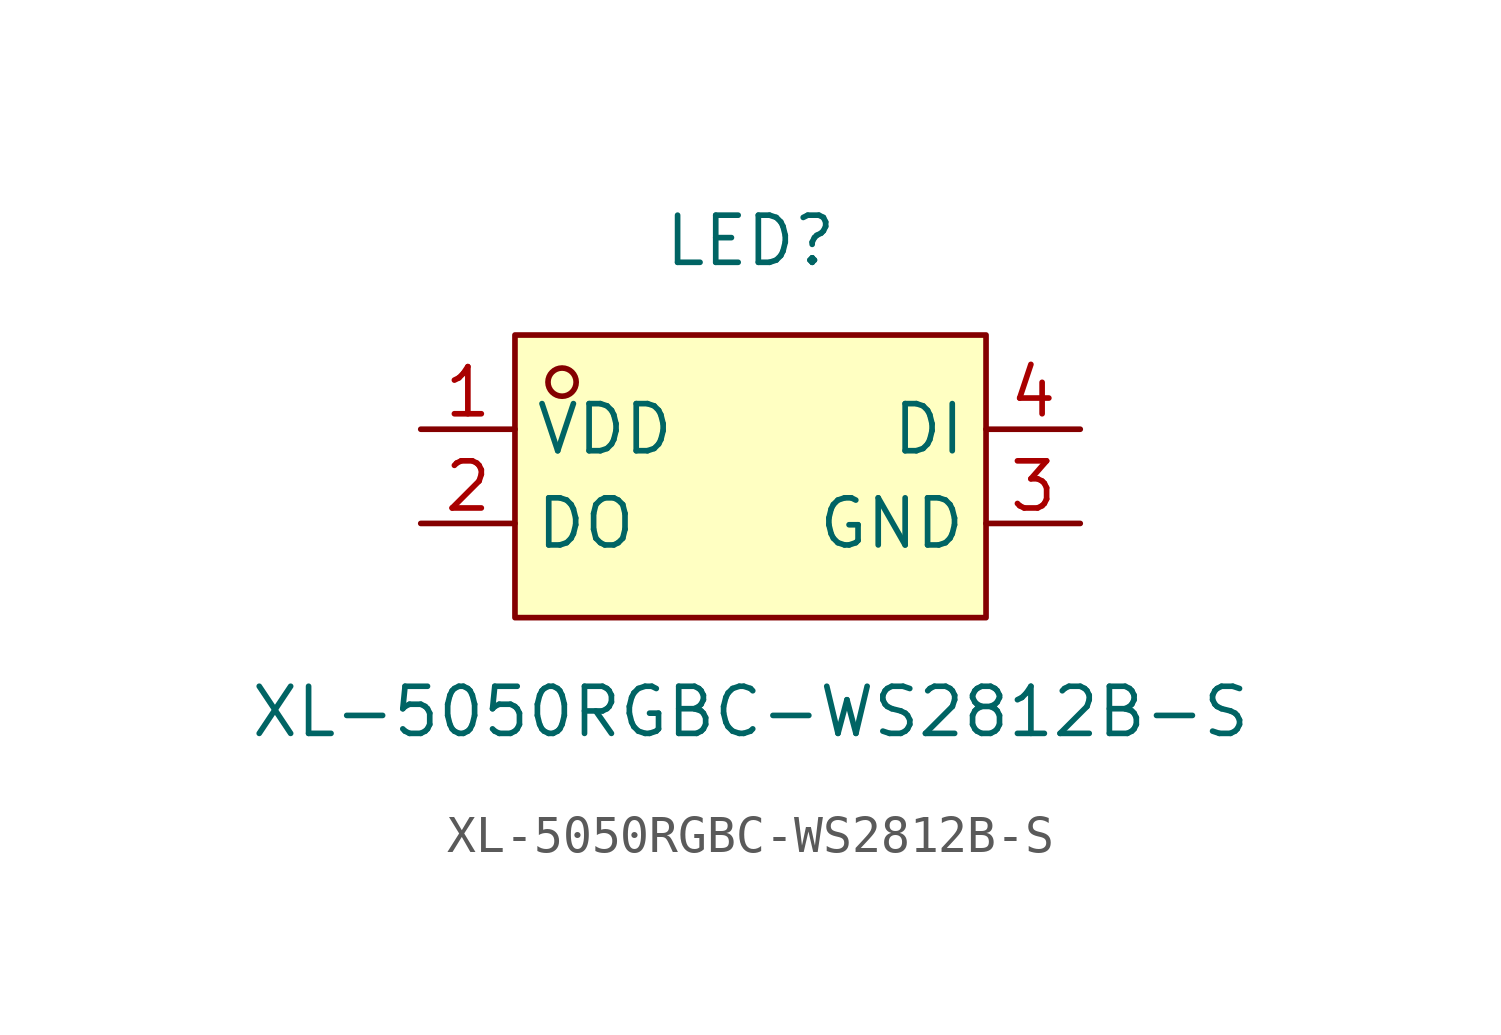
<source format=kicad_sym>
(kicad_symbol_lib
  (version 20231120)
  (generator "kicad_symbol_editor")
  (generator_version "8.0")
  (symbol "XL-5050RGBC-WS2812B-S"
    (property "Reference" "LED"
      (at 0 6.35 0)
      (effects (font (size 1.27 1.27))))
    (property "Value" "XL-5050RGBC-WS2812B-S"
      (at 0 -6.35 0)
      (effects (font (size 1.27 1.27))))
    (symbol "XL-5050RGBC-WS2812B-S_0_1"
      (rectangle (start -6.35 3.81) (end 6.35 -3.81) (stroke (width 0) (type default)) (fill (type background)))
      (circle (center -5.08 2.54) (radius 0.38) (stroke (width 0) (type default)) (fill (type none)))
      (pin unspecified line (at -8.89 1.27 0) (length 2.54) (name "VDD" (effects (font (size 1.27 1.27)))) (number "1" (effects (font (size 1.27 1.27)))))
      (pin unspecified line (at -8.89 -1.27 0) (length 2.54) (name "DO" (effects (font (size 1.27 1.27)))) (number "2" (effects (font (size 1.27 1.27)))))
      (pin unspecified line (at 8.89 -1.27 180) (length 2.54) (name "GND" (effects (font (size 1.27 1.27)))) (number "3" (effects (font (size 1.27 1.27)))))
      (pin unspecified line (at 8.89 1.27 180) (length 2.54) (name "DI" (effects (font (size 1.27 1.27)))) (number "4" (effects (font (size 1.27 1.27))))))))
</source>
